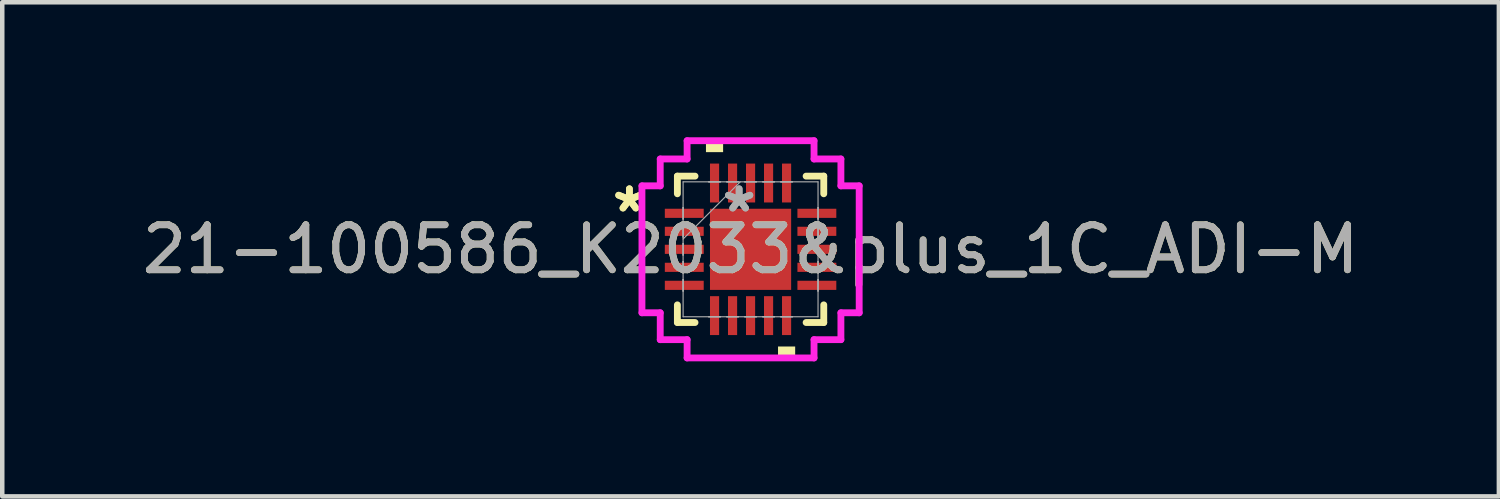
<source format=kicad_pcb>
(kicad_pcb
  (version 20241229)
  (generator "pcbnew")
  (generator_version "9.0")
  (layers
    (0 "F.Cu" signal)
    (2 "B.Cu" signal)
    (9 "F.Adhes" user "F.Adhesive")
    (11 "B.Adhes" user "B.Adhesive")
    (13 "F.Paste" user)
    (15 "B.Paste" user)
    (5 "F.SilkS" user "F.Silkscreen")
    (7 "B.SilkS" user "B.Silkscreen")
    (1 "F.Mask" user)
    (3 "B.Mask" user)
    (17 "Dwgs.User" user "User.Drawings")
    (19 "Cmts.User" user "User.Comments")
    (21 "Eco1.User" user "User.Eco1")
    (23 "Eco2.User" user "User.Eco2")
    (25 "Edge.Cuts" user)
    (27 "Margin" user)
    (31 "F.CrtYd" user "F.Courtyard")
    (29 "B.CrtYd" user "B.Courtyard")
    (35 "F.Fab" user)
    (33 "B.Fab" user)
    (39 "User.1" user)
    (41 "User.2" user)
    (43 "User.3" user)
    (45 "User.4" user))
  (footprint "21-100586_K2033&plus_1C_ADI-M"
    (layer "F.Cu")
    (at 13.625 2.489)
    (property "Reference" "21-100586_K2033&plus_1C_ADI-M" (at 0 0 0) (unlocked yes) (layer "F.SilkS") (effects (font (size 1 1) (thickness 0.15))))
    (attr smd)
    (fp_line (start -1.626 -1.626) (end -1.626 -1.234) (stroke (width 0.152) (type solid)) (layer "F.SilkS"))
    (fp_line (start -1.626 1.234) (end -1.626 1.626) (stroke (width 0.152) (type solid)) (layer "F.SilkS"))
    (fp_line (start -1.626 1.626) (end -1.234 1.626) (stroke (width 0.152) (type solid)) (layer "F.SilkS"))
    (fp_line (start -1.234 -1.626) (end -1.626 -1.626) (stroke (width 0.152) (type solid)) (layer "F.SilkS"))
    (fp_line (start 1.234 1.626) (end 1.626 1.626) (stroke (width 0.152) (type solid)) (layer "F.SilkS"))
    (fp_line (start 1.626 -1.626) (end 1.234 -1.626) (stroke (width 0.152) (type solid)) (layer "F.SilkS"))
    (fp_line (start 1.626 -1.234) (end 1.626 -1.626) (stroke (width 0.152) (type solid)) (layer "F.SilkS"))
    (fp_line (start 1.626 1.626) (end 1.626 1.234) (stroke (width 0.152) (type solid)) (layer "F.SilkS"))
    (fp_poly (pts (xy -0.991 -2.159) (xy -0.991 -2.413) (xy -0.61 -2.413) (xy -0.61 -2.159)) (stroke (width 0) (type solid)) (fill yes) (layer "F.SilkS"))
    (fp_poly (pts (xy 0.61 2.159) (xy 0.61 2.413) (xy 0.991 2.413) (xy 0.991 2.159)) (stroke (width 0) (type solid)) (fill yes) (layer "F.SilkS"))
    (fp_line (start -2.413 -1.41) (end -2.007 -1.41) (stroke (width 0.152) (type solid)) (layer "F.CrtYd"))
    (fp_line (start -2.413 1.41) (end -2.413 -1.41) (stroke (width 0.152) (type solid)) (layer "F.CrtYd"))
    (fp_line (start -2.007 -2.007) (end -1.41 -2.007) (stroke (width 0.152) (type solid)) (layer "F.CrtYd"))
    (fp_line (start -2.007 -1.41) (end -2.007 -2.007) (stroke (width 0.152) (type solid)) (layer "F.CrtYd"))
    (fp_line (start -2.007 1.41) (end -2.413 1.41) (stroke (width 0.152) (type solid)) (layer "F.CrtYd"))
    (fp_line (start -2.007 2.007) (end -2.007 1.41) (stroke (width 0.152) (type solid)) (layer "F.CrtYd"))
    (fp_line (start -1.41 -2.413) (end 1.41 -2.413) (stroke (width 0.152) (type solid)) (layer "F.CrtYd"))
    (fp_line (start -1.41 -2.007) (end -1.41 -2.413) (stroke (width 0.152) (type solid)) (layer "F.CrtYd"))
    (fp_line (start -1.41 2.007) (end -2.007 2.007) (stroke (width 0.152) (type solid)) (layer "F.CrtYd"))
    (fp_line (start -1.41 2.413) (end -1.41 2.007) (stroke (width 0.152) (type solid)) (layer "F.CrtYd"))
    (fp_line (start 1.41 -2.413) (end 1.41 -2.007) (stroke (width 0.152) (type solid)) (layer "F.CrtYd"))
    (fp_line (start 1.41 -2.007) (end 2.007 -2.007) (stroke (width 0.152) (type solid)) (layer "F.CrtYd"))
    (fp_line (start 1.41 2.007) (end 1.41 2.413) (stroke (width 0.152) (type solid)) (layer "F.CrtYd"))
    (fp_line (start 1.41 2.413) (end -1.41 2.413) (stroke (width 0.152) (type solid)) (layer "F.CrtYd"))
    (fp_line (start 2.007 -2.007) (end 2.007 -1.41) (stroke (width 0.152) (type solid)) (layer "F.CrtYd"))
    (fp_line (start 2.007 -1.41) (end 2.413 -1.41) (stroke (width 0.152) (type solid)) (layer "F.CrtYd"))
    (fp_line (start 2.007 1.41) (end 2.007 2.007) (stroke (width 0.152) (type solid)) (layer "F.CrtYd"))
    (fp_line (start 2.007 2.007) (end 1.41 2.007) (stroke (width 0.152) (type solid)) (layer "F.CrtYd"))
    (fp_line (start 2.413 -1.41) (end 2.413 1.41) (stroke (width 0.152) (type solid)) (layer "F.CrtYd"))
    (fp_line (start 2.413 1.41) (end 2.007 1.41) (stroke (width 0.152) (type solid)) (layer "F.CrtYd"))
    (fp_line (start -1.499 -1.499) (end -1.499 1.499) (stroke (width 0.025) (type solid)) (layer "F.Fab"))
    (fp_line (start -1.499 -0.927) (end -1.499 -0.927) (stroke (width 0.025) (type solid)) (layer "F.Fab"))
    (fp_line (start -1.499 -0.927) (end -1.499 -0.673) (stroke (width 0.025) (type solid)) (layer "F.Fab"))
    (fp_line (start -1.499 -0.673) (end -1.499 -0.927) (stroke (width 0.025) (type solid)) (layer "F.Fab"))
    (fp_line (start -1.499 -0.673) (end -1.499 -0.673) (stroke (width 0.025) (type solid)) (layer "F.Fab"))
    (fp_line (start -1.499 -0.527) (end -1.499 -0.527) (stroke (width 0.025) (type solid)) (layer "F.Fab"))
    (fp_line (start -1.499 -0.527) (end -1.499 -0.273) (stroke (width 0.025) (type solid)) (layer "F.Fab"))
    (fp_line (start -1.499 -0.273) (end -1.499 -0.527) (stroke (width 0.025) (type solid)) (layer "F.Fab"))
    (fp_line (start -1.499 -0.273) (end -1.499 -0.273) (stroke (width 0.025) (type solid)) (layer "F.Fab"))
    (fp_line (start -1.499 -0.229) (end -0.229 -1.499) (stroke (width 0.025) (type solid)) (layer "F.Fab"))
    (fp_line (start -1.499 -0.127) (end -1.499 -0.127) (stroke (width 0.025) (type solid)) (layer "F.Fab"))
    (fp_line (start -1.499 -0.127) (end -1.499 0.127) (stroke (width 0.025) (type solid)) (layer "F.Fab"))
    (fp_line (start -1.499 0.127) (end -1.499 -0.127) (stroke (width 0.025) (type solid)) (layer "F.Fab"))
    (fp_line (start -1.499 0.127) (end -1.499 0.127) (stroke (width 0.025) (type solid)) (layer "F.Fab"))
    (fp_line (start -1.499 0.273) (end -1.499 0.273) (stroke (width 0.025) (type solid)) (layer "F.Fab"))
    (fp_line (start -1.499 0.273) (end -1.499 0.527) (stroke (width 0.025) (type solid)) (layer "F.Fab"))
    (fp_line (start -1.499 0.527) (end -1.499 0.273) (stroke (width 0.025) (type solid)) (layer "F.Fab"))
    (fp_line (start -1.499 0.527) (end -1.499 0.527) (stroke (width 0.025) (type solid)) (layer "F.Fab"))
    (fp_line (start -1.499 0.673) (end -1.499 0.673) (stroke (width 0.025) (type solid)) (layer "F.Fab"))
    (fp_line (start -1.499 0.673) (end -1.499 0.927) (stroke (width 0.025) (type solid)) (layer "F.Fab"))
    (fp_line (start -1.499 0.927) (end -1.499 0.673) (stroke (width 0.025) (type solid)) (layer "F.Fab"))
    (fp_line (start -1.499 0.927) (end -1.499 0.927) (stroke (width 0.025) (type solid)) (layer "F.Fab"))
    (fp_line (start -1.499 1.499) (end 1.499 1.499) (stroke (width 0.025) (type solid)) (layer "F.Fab"))
    (fp_line (start -0.927 -1.499) (end -0.927 -1.499) (stroke (width 0.025) (type solid)) (layer "F.Fab"))
    (fp_line (start -0.927 -1.499) (end -0.673 -1.499) (stroke (width 0.025) (type solid)) (layer "F.Fab"))
    (fp_line (start -0.927 1.499) (end -0.927 1.499) (stroke (width 0.025) (type solid)) (layer "F.Fab"))
    (fp_line (start -0.927 1.499) (end -0.673 1.499) (stroke (width 0.025) (type solid)) (layer "F.Fab"))
    (fp_line (start -0.673 -1.499) (end -0.927 -1.499) (stroke (width 0.025) (type solid)) (layer "F.Fab"))
    (fp_line (start -0.673 -1.499) (end -0.673 -1.499) (stroke (width 0.025) (type solid)) (layer "F.Fab"))
    (fp_line (start -0.673 1.499) (end -0.927 1.499) (stroke (width 0.025) (type solid)) (layer "F.Fab"))
    (fp_line (start -0.673 1.499) (end -0.673 1.499) (stroke (width 0.025) (type solid)) (layer "F.Fab"))
    (fp_line (start -0.527 -1.499) (end -0.527 -1.499) (stroke (width 0.025) (type solid)) (layer "F.Fab"))
    (fp_line (start -0.527 -1.499) (end -0.273 -1.499) (stroke (width 0.025) (type solid)) (layer "F.Fab"))
    (fp_line (start -0.527 1.499) (end -0.527 1.499) (stroke (width 0.025) (type solid)) (layer "F.Fab"))
    (fp_line (start -0.527 1.499) (end -0.273 1.499) (stroke (width 0.025) (type solid)) (layer "F.Fab"))
    (fp_line (start -0.273 -1.499) (end -0.527 -1.499) (stroke (width 0.025) (type solid)) (layer "F.Fab"))
    (fp_line (start -0.273 -1.499) (end -0.273 -1.499) (stroke (width 0.025) (type solid)) (layer "F.Fab"))
    (fp_line (start -0.273 1.499) (end -0.527 1.499) (stroke (width 0.025) (type solid)) (layer "F.Fab"))
    (fp_line (start -0.273 1.499) (end -0.273 1.499) (stroke (width 0.025) (type solid)) (layer "F.Fab"))
    (fp_line (start -0.127 -1.499) (end -0.127 -1.499) (stroke (width 0.025) (type solid)) (layer "F.Fab"))
    (fp_line (start -0.127 -1.499) (end 0.127 -1.499) (stroke (width 0.025) (type solid)) (layer "F.Fab"))
    (fp_line (start -0.127 1.499) (end -0.127 1.499) (stroke (width 0.025) (type solid)) (layer "F.Fab"))
    (fp_line (start -0.127 1.499) (end 0.127 1.499) (stroke (width 0.025) (type solid)) (layer "F.Fab"))
    (fp_line (start 0.127 -1.499) (end -0.127 -1.499) (stroke (width 0.025) (type solid)) (layer "F.Fab"))
    (fp_line (start 0.127 -1.499) (end 0.127 -1.499) (stroke (width 0.025) (type solid)) (layer "F.Fab"))
    (fp_line (start 0.127 1.499) (end -0.127 1.499) (stroke (width 0.025) (type solid)) (layer "F.Fab"))
    (fp_line (start 0.127 1.499) (end 0.127 1.499) (stroke (width 0.025) (type solid)) (layer "F.Fab"))
    (fp_line (start 0.273 -1.499) (end 0.273 -1.499) (stroke (width 0.025) (type solid)) (layer "F.Fab"))
    (fp_line (start 0.273 -1.499) (end 0.527 -1.499) (stroke (width 0.025) (type solid)) (layer "F.Fab"))
    (fp_line (start 0.273 1.499) (end 0.273 1.499) (stroke (width 0.025) (type solid)) (layer "F.Fab"))
    (fp_line (start 0.273 1.499) (end 0.527 1.499) (stroke (width 0.025) (type solid)) (layer "F.Fab"))
    (fp_line (start 0.527 -1.499) (end 0.273 -1.499) (stroke (width 0.025) (type solid)) (layer "F.Fab"))
    (fp_line (start 0.527 -1.499) (end 0.527 -1.499) (stroke (width 0.025) (type solid)) (layer "F.Fab"))
    (fp_line (start 0.527 1.499) (end 0.273 1.499) (stroke (width 0.025) (type solid)) (layer "F.Fab"))
    (fp_line (start 0.527 1.499) (end 0.527 1.499) (stroke (width 0.025) (type solid)) (layer "F.Fab"))
    (fp_line (start 0.673 -1.499) (end 0.673 -1.499) (stroke (width 0.025) (type solid)) (layer "F.Fab"))
    (fp_line (start 0.673 -1.499) (end 0.927 -1.499) (stroke (width 0.025) (type solid)) (layer "F.Fab"))
    (fp_line (start 0.673 1.499) (end 0.673 1.499) (stroke (width 0.025) (type solid)) (layer "F.Fab"))
    (fp_line (start 0.673 1.499) (end 0.927 1.499) (stroke (width 0.025) (type solid)) (layer "F.Fab"))
    (fp_line (start 0.927 -1.499) (end 0.673 -1.499) (stroke (width 0.025) (type solid)) (layer "F.Fab"))
    (fp_line (start 0.927 -1.499) (end 0.927 -1.499) (stroke (width 0.025) (type solid)) (layer "F.Fab"))
    (fp_line (start 0.927 1.499) (end 0.673 1.499) (stroke (width 0.025) (type solid)) (layer "F.Fab"))
    (fp_line (start 0.927 1.499) (end 0.927 1.499) (stroke (width 0.025) (type solid)) (layer "F.Fab"))
    (fp_line (start 1.499 -1.499) (end -1.499 -1.499) (stroke (width 0.025) (type solid)) (layer "F.Fab"))
    (fp_line (start 1.499 -0.927) (end 1.499 -0.927) (stroke (width 0.025) (type solid)) (layer "F.Fab"))
    (fp_line (start 1.499 -0.927) (end 1.499 -0.673) (stroke (width 0.025) (type solid)) (layer "F.Fab"))
    (fp_line (start 1.499 -0.673) (end 1.499 -0.927) (stroke (width 0.025) (type solid)) (layer "F.Fab"))
    (fp_line (start 1.499 -0.673) (end 1.499 -0.673) (stroke (width 0.025) (type solid)) (layer "F.Fab"))
    (fp_line (start 1.499 -0.527) (end 1.499 -0.527) (stroke (width 0.025) (type solid)) (layer "F.Fab"))
    (fp_line (start 1.499 -0.527) (end 1.499 -0.273) (stroke (width 0.025) (type solid)) (layer "F.Fab"))
    (fp_line (start 1.499 -0.273) (end 1.499 -0.527) (stroke (width 0.025) (type solid)) (layer "F.Fab"))
    (fp_line (start 1.499 -0.273) (end 1.499 -0.273) (stroke (width 0.025) (type solid)) (layer "F.Fab"))
    (fp_line (start 1.499 -0.127) (end 1.499 -0.127) (stroke (width 0.025) (type solid)) (layer "F.Fab"))
    (fp_line (start 1.499 -0.127) (end 1.499 0.127) (stroke (width 0.025) (type solid)) (layer "F.Fab"))
    (fp_line (start 1.499 0.127) (end 1.499 -0.127) (stroke (width 0.025) (type solid)) (layer "F.Fab"))
    (fp_line (start 1.499 0.127) (end 1.499 0.127) (stroke (width 0.025) (type solid)) (layer "F.Fab"))
    (fp_line (start 1.499 0.273) (end 1.499 0.273) (stroke (width 0.025) (type solid)) (layer "F.Fab"))
    (fp_line (start 1.499 0.273) (end 1.499 0.527) (stroke (width 0.025) (type solid)) (layer "F.Fab"))
    (fp_line (start 1.499 0.527) (end 1.499 0.273) (stroke (width 0.025) (type solid)) (layer "F.Fab"))
    (fp_line (start 1.499 0.527) (end 1.499 0.527) (stroke (width 0.025) (type solid)) (layer "F.Fab"))
    (fp_line (start 1.499 0.673) (end 1.499 0.673) (stroke (width 0.025) (type solid)) (layer "F.Fab"))
    (fp_line (start 1.499 0.673) (end 1.499 0.927) (stroke (width 0.025) (type solid)) (layer "F.Fab"))
    (fp_line (start 1.499 0.927) (end 1.499 0.673) (stroke (width 0.025) (type solid)) (layer "F.Fab"))
    (fp_line (start 1.499 0.927) (end 1.499 0.927) (stroke (width 0.025) (type solid)) (layer "F.Fab"))
    (fp_line (start 1.499 1.499) (end 1.499 -1.499) (stroke (width 0.025) (type solid)) (layer "F.Fab"))
    (fp_text user "*" (at -2.692 -0.8 0) (layer "F.SilkS") (effects (font (size 1 1) (thickness 0.15))))
    (fp_text user "*" (at -2.692 -0.8 0) (unlocked yes) (layer "F.SilkS") (effects (font (size 1 1) (thickness 0.15))))
    (fp_text user "*" (at -0.254 -0.8 0) (unlocked yes) (layer "F.Fab") (effects (font (size 1 1) (thickness 0.15))))
    (fp_text user "*" (at -0.254 -0.8 0) (layer "F.Fab") (effects (font (size 1 1) (thickness 0.15))))
    (fp_text user "${REFERENCE}" (at 0 0 0) (unlocked yes) (layer "F.Fab") (effects (font (size 1 1) (thickness 0.15))))
    (pad "1" smd rect (at -1.473 -0.8 90) (size 0.203 0.864) (layers "F.Cu" "F.Mask" "F.Paste"))
    (pad "2" smd rect (at -1.473 -0.4 90) (size 0.203 0.864) (layers "F.Cu" "F.Mask" "F.Paste"))
    (pad "3" smd rect (at -1.473 0 90) (size 0.203 0.864) (layers "F.Cu" "F.Mask" "F.Paste"))
    (pad "4" smd rect (at -1.473 0.4 90) (size 0.203 0.864) (layers "F.Cu" "F.Mask" "F.Paste"))
    (pad "5" smd rect (at -1.473 0.8 90) (size 0.203 0.864) (layers "F.Cu" "F.Mask" "F.Paste"))
    (pad "6" smd rect (at -0.8 1.473) (size 0.203 0.864) (layers "F.Cu" "F.Mask" "F.Paste"))
    (pad "7" smd rect (at -0.4 1.473) (size 0.203 0.864) (layers "F.Cu" "F.Mask" "F.Paste"))
    (pad "8" smd rect (at 0 1.473) (size 0.203 0.864) (layers "F.Cu" "F.Mask" "F.Paste"))
    (pad "9" smd rect (at 0.4 1.473) (size 0.203 0.864) (layers "F.Cu" "F.Mask" "F.Paste"))
    (pad "10" smd rect (at 0.8 1.473) (size 0.203 0.864) (layers "F.Cu" "F.Mask" "F.Paste"))
    (pad "11" smd rect (at 1.473 0.8 90) (size 0.203 0.864) (layers "F.Cu" "F.Mask" "F.Paste"))
    (pad "12" smd rect (at 1.473 0.4 90) (size 0.203 0.864) (layers "F.Cu" "F.Mask" "F.Paste"))
    (pad "13" smd rect (at 1.473 0 90) (size 0.203 0.864) (layers "F.Cu" "F.Mask" "F.Paste"))
    (pad "14" smd rect (at 1.473 -0.4 90) (size 0.203 0.864) (layers "F.Cu" "F.Mask" "F.Paste"))
    (pad "15" smd rect (at 1.473 -0.8 90) (size 0.203 0.864) (layers "F.Cu" "F.Mask" "F.Paste"))
    (pad "16" smd rect (at 0.8 -1.473) (size 0.203 0.864) (layers "F.Cu" "F.Mask" "F.Paste"))
    (pad "17" smd rect (at 0.4 -1.473) (size 0.203 0.864) (layers "F.Cu" "F.Mask" "F.Paste"))
    (pad "18" smd rect (at 0 -1.473) (size 0.203 0.864) (layers "F.Cu" "F.Mask" "F.Paste"))
    (pad "19" smd rect (at -0.4 -1.473) (size 0.203 0.864) (layers "F.Cu" "F.Mask" "F.Paste"))
    (pad "20" smd rect (at -0.8 -1.473) (size 0.203 0.864) (layers "F.Cu" "F.Mask" "F.Paste"))
    (pad "21" smd rect (at 0 0) (size 1.803 1.803) (layers "F.Cu" "F.Mask" "F.Paste")))
  (gr_rect
    (start -3 -3)
    (end 30.25 7.978)
    (stroke (width 0.1) (type default))
    (fill no)
    (layer "Edge.Cuts")))
</source>
